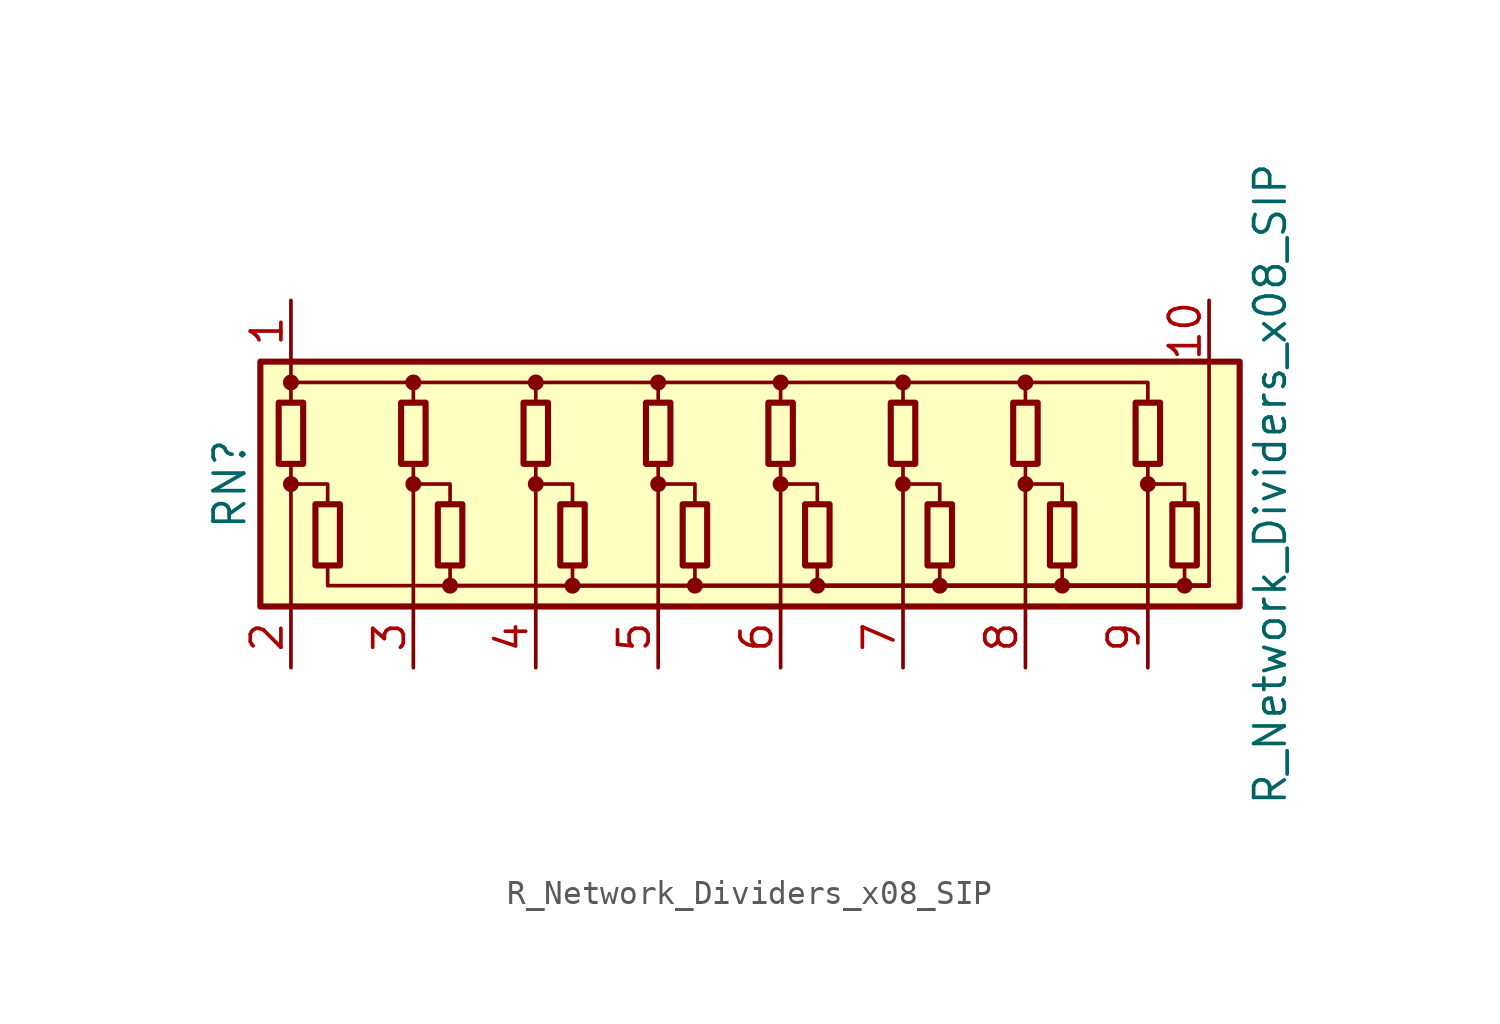
<source format=kicad_sym>
(kicad_symbol_lib
  (version 20241209)
  (generator "kicad_symbol_editor")
  (generator_version "9.0")
  (symbol "R_Network_Dividers_x08_SIP"
    (pin_names
      (offset 0)
      (hide yes))
    (property "Reference" "RN"
      (at -22.86 0 90)
      (effects (font (size 1.27 1.27))))
    (property "Value" "R_Network_Dividers_x08_SIP"
      (at 20.32 0 90)
      (effects (font (size 1.27 1.27))))
    (symbol "R_Network_Dividers_x08_SIP_0_1"
      (rectangle (start -21.59 -5.08) (end 19.05 5.08) (stroke (width 0.254) (type solid)) (fill (type background)))
      (rectangle (start -20.828 3.378) (end -19.812 0.838) (stroke (width 0.254) (type solid)) (fill (type none)))
      (polyline (pts (xy -20.32 5.08) (xy -20.32 3.378)) (stroke (width 0) (type solid)) (fill (type none)))
      (circle (center -20.32 4.216) (radius 0.254) (stroke (width 0) (type solid)) (fill (type outline)))
      (polyline (pts (xy -20.32 4.216) (xy -15.24 4.216) (xy -15.24 3.378)) (stroke (width 0) (type solid)) (fill (type none)))
      (circle (center -20.32 0) (radius 0.254) (stroke (width 0) (type solid)) (fill (type outline)))
      (polyline (pts (xy -20.32 0) (xy -18.796 0) (xy -18.796 -0.838)) (stroke (width 0) (type solid)) (fill (type none)))
      (polyline (pts (xy -20.32 -5.08) (xy -20.32 0.838)) (stroke (width 0) (type solid)) (fill (type none)))
      (rectangle (start -19.304 -3.378) (end -18.288 -0.838) (stroke (width 0.254) (type solid)) (fill (type none)))
      (polyline (pts (xy -18.796 -3.378) (xy -18.796 -4.216) (xy 17.78 -4.216)) (stroke (width 0) (type solid)) (fill (type none)))
      (rectangle (start -15.748 3.378) (end -14.732 0.838) (stroke (width 0.254) (type solid)) (fill (type none)))
      (circle (center -15.24 4.216) (radius 0.254) (stroke (width 0) (type solid)) (fill (type outline)))
      (polyline (pts (xy -15.24 4.216) (xy -10.16 4.216) (xy -10.16 3.378)) (stroke (width 0) (type solid)) (fill (type none)))
      (circle (center -15.24 0) (radius 0.254) (stroke (width 0) (type solid)) (fill (type outline)))
      (polyline (pts (xy -15.24 0) (xy -13.716 0) (xy -13.716 -0.838)) (stroke (width 0) (type solid)) (fill (type none)))
      (polyline (pts (xy -15.24 -5.08) (xy -15.24 0.838)) (stroke (width 0) (type solid)) (fill (type none)))
      (rectangle (start -14.224 -3.378) (end -13.208 -0.838) (stroke (width 0.254) (type solid)) (fill (type none)))
      (polyline (pts (xy -13.716 -3.378) (xy -13.716 -4.216) (xy 17.78 -4.216)) (stroke (width 0) (type solid)) (fill (type none)))
      (circle (center -13.716 -4.216) (radius 0.254) (stroke (width 0) (type solid)) (fill (type outline)))
      (rectangle (start -10.668 3.378) (end -9.652 0.838) (stroke (width 0.254) (type solid)) (fill (type none)))
      (circle (center -10.16 4.216) (radius 0.254) (stroke (width 0) (type solid)) (fill (type outline)))
      (polyline (pts (xy -10.16 4.216) (xy -5.08 4.216) (xy -5.08 3.378)) (stroke (width 0) (type solid)) (fill (type none)))
      (circle (center -10.16 0) (radius 0.254) (stroke (width 0) (type solid)) (fill (type outline)))
      (polyline (pts (xy -10.16 0) (xy -8.636 0) (xy -8.636 -0.838)) (stroke (width 0) (type solid)) (fill (type none)))
      (polyline (pts (xy -10.16 -5.08) (xy -10.16 0.838)) (stroke (width 0) (type solid)) (fill (type none)))
      (rectangle (start -9.144 -3.378) (end -8.128 -0.838) (stroke (width 0.254) (type solid)) (fill (type none)))
      (polyline (pts (xy -8.636 -3.378) (xy -8.636 -4.216) (xy 17.78 -4.216)) (stroke (width 0) (type solid)) (fill (type none)))
      (circle (center -8.636 -4.216) (radius 0.254) (stroke (width 0) (type solid)) (fill (type outline)))
      (rectangle (start -5.588 3.378) (end -4.572 0.838) (stroke (width 0.254) (type solid)) (fill (type none)))
      (circle (center -5.08 4.216) (radius 0.254) (stroke (width 0) (type solid)) (fill (type outline)))
      (polyline (pts (xy -5.08 4.216) (xy 0 4.216) (xy 0 3.378)) (stroke (width 0) (type solid)) (fill (type none)))
      (circle (center -5.08 0) (radius 0.254) (stroke (width 0) (type solid)) (fill (type outline)))
      (polyline (pts (xy -5.08 0) (xy -3.556 0) (xy -3.556 -0.838)) (stroke (width 0) (type solid)) (fill (type none)))
      (polyline (pts (xy -5.08 -5.08) (xy -5.08 0.838)) (stroke (width 0) (type solid)) (fill (type none)))
      (rectangle (start -4.064 -3.378) (end -3.048 -0.838) (stroke (width 0.254) (type solid)) (fill (type none)))
      (polyline (pts (xy -3.556 -3.378) (xy -3.556 -4.216) (xy 17.78 -4.216)) (stroke (width 0) (type solid)) (fill (type none)))
      (circle (center -3.556 -4.216) (radius 0.254) (stroke (width 0) (type solid)) (fill (type outline)))
      (rectangle (start -0.508 3.378) (end 0.508 0.838) (stroke (width 0.254) (type solid)) (fill (type none)))
      (circle (center 0 4.216) (radius 0.254) (stroke (width 0) (type solid)) (fill (type outline)))
      (polyline (pts (xy 0 4.216) (xy 5.08 4.216) (xy 5.08 3.378)) (stroke (width 0) (type solid)) (fill (type none)))
      (polyline (pts (xy 0 0) (xy 1.524 0) (xy 1.524 -0.838)) (stroke (width 0) (type solid)) (fill (type none)))
      (circle (center 0 0) (radius 0.254) (stroke (width 0) (type solid)) (fill (type outline)))
      (polyline (pts (xy 0 -5.08) (xy 0 0.838)) (stroke (width 0) (type solid)) (fill (type none)))
      (rectangle (start 1.016 -3.378) (end 2.032 -0.838) (stroke (width 0.254) (type solid)) (fill (type none)))
      (polyline (pts (xy 1.524 -3.378) (xy 1.524 -4.216) (xy 17.78 -4.216)) (stroke (width 0) (type solid)) (fill (type none)))
      (circle (center 1.524 -4.216) (radius 0.254) (stroke (width 0) (type solid)) (fill (type outline)))
      (rectangle (start 4.572 3.378) (end 5.588 0.838) (stroke (width 0.254) (type solid)) (fill (type none)))
      (polyline (pts (xy 5.08 4.216) (xy 10.16 4.216) (xy 10.16 3.378)) (stroke (width 0) (type solid)) (fill (type none)))
      (circle (center 5.08 4.216) (radius 0.254) (stroke (width 0) (type solid)) (fill (type outline)))
      (polyline (pts (xy 5.08 0) (xy 6.604 0) (xy 6.604 -0.838)) (stroke (width 0) (type solid)) (fill (type none)))
      (circle (center 5.08 0) (radius 0.254) (stroke (width 0) (type solid)) (fill (type outline)))
      (polyline (pts (xy 5.08 -5.08) (xy 5.08 0.838)) (stroke (width 0) (type solid)) (fill (type none)))
      (rectangle (start 6.096 -3.378) (end 7.112 -0.838) (stroke (width 0.254) (type solid)) (fill (type none)))
      (polyline (pts (xy 6.604 -3.378) (xy 6.604 -4.216) (xy 17.78 -4.216)) (stroke (width 0) (type solid)) (fill (type none)))
      (circle (center 6.604 -4.216) (radius 0.254) (stroke (width 0) (type solid)) (fill (type outline)))
      (rectangle (start 9.652 3.378) (end 10.668 0.838) (stroke (width 0.254) (type solid)) (fill (type none)))
      (polyline (pts (xy 10.16 4.216) (xy 15.24 4.216) (xy 15.24 3.378)) (stroke (width 0) (type solid)) (fill (type none)))
      (circle (center 10.16 4.216) (radius 0.254) (stroke (width 0) (type solid)) (fill (type outline)))
      (polyline (pts (xy 10.16 0) (xy 11.684 0) (xy 11.684 -0.838)) (stroke (width 0) (type solid)) (fill (type none)))
      (circle (center 10.16 0) (radius 0.254) (stroke (width 0) (type solid)) (fill (type outline)))
      (polyline (pts (xy 10.16 -5.08) (xy 10.16 0.838)) (stroke (width 0) (type solid)) (fill (type none)))
      (rectangle (start 11.176 -3.378) (end 12.192 -0.838) (stroke (width 0.254) (type solid)) (fill (type none)))
      (polyline (pts (xy 11.684 -3.378) (xy 11.684 -4.216) (xy 17.78 -4.216)) (stroke (width 0) (type solid)) (fill (type none)))
      (circle (center 11.684 -4.216) (radius 0.254) (stroke (width 0) (type solid)) (fill (type outline)))
      (rectangle (start 14.732 3.378) (end 15.748 0.838) (stroke (width 0.254) (type solid)) (fill (type none)))
      (polyline (pts (xy 15.24 0) (xy 16.764 0) (xy 16.764 -0.838)) (stroke (width 0) (type solid)) (fill (type none)))
      (circle (center 15.24 0) (radius 0.254) (stroke (width 0) (type solid)) (fill (type outline)))
      (polyline (pts (xy 15.24 -5.08) (xy 15.24 0.838)) (stroke (width 0) (type solid)) (fill (type none)))
      (rectangle (start 16.256 -3.378) (end 17.272 -0.838) (stroke (width 0.254) (type solid)) (fill (type none)))
      (polyline (pts (xy 16.764 -3.378) (xy 16.764 -4.216) (xy 17.78 -4.216)) (stroke (width 0) (type solid)) (fill (type none)))
      (circle (center 16.764 -4.216) (radius 0.254) (stroke (width 0) (type solid)) (fill (type outline)))
      (polyline (pts (xy 17.78 -4.216) (xy 17.78 5.08)) (stroke (width 0) (type solid)) (fill (type none))))
    (symbol "R_Network_Dividers_x08_SIP_1_1"
      (pin passive line (at -20.32 7.62 270) (length 2.54) (name "COM1" (effects (font (size 1.27 1.27)))) (number "1" (effects (font (size 1.27 1.27)))))
      (pin passive line (at -20.32 -7.62 90) (length 2.54) (name "R1" (effects (font (size 1.27 1.27)))) (number "2" (effects (font (size 1.27 1.27)))))
      (pin passive line (at -15.24 -7.62 90) (length 2.54) (name "R2" (effects (font (size 1.27 1.27)))) (number "3" (effects (font (size 1.27 1.27)))))
      (pin passive line (at -10.16 -7.62 90) (length 2.54) (name "R3" (effects (font (size 1.27 1.27)))) (number "4" (effects (font (size 1.27 1.27)))))
      (pin passive line (at -5.08 -7.62 90) (length 2.54) (name "R4" (effects (font (size 1.27 1.27)))) (number "5" (effects (font (size 1.27 1.27)))))
      (pin passive line (at 0 -7.62 90) (length 2.54) (name "R5" (effects (font (size 1.27 1.27)))) (number "6" (effects (font (size 1.27 1.27)))))
      (pin passive line (at 5.08 -7.62 90) (length 2.54) (name "R6" (effects (font (size 1.27 1.27)))) (number "7" (effects (font (size 1.27 1.27)))))
      (pin passive line (at 10.16 -7.62 90) (length 2.54) (name "R7" (effects (font (size 1.27 1.27)))) (number "8" (effects (font (size 1.27 1.27)))))
      (pin passive line (at 15.24 -7.62 90) (length 2.54) (name "R8" (effects (font (size 1.27 1.27)))) (number "9" (effects (font (size 1.27 1.27)))))
      (pin passive line (at 17.78 7.62 270) (length 2.54) (name "COM2" (effects (font (size 1.27 1.27)))) (number "10" (effects (font (size 1.27 1.27))))))))
</source>
